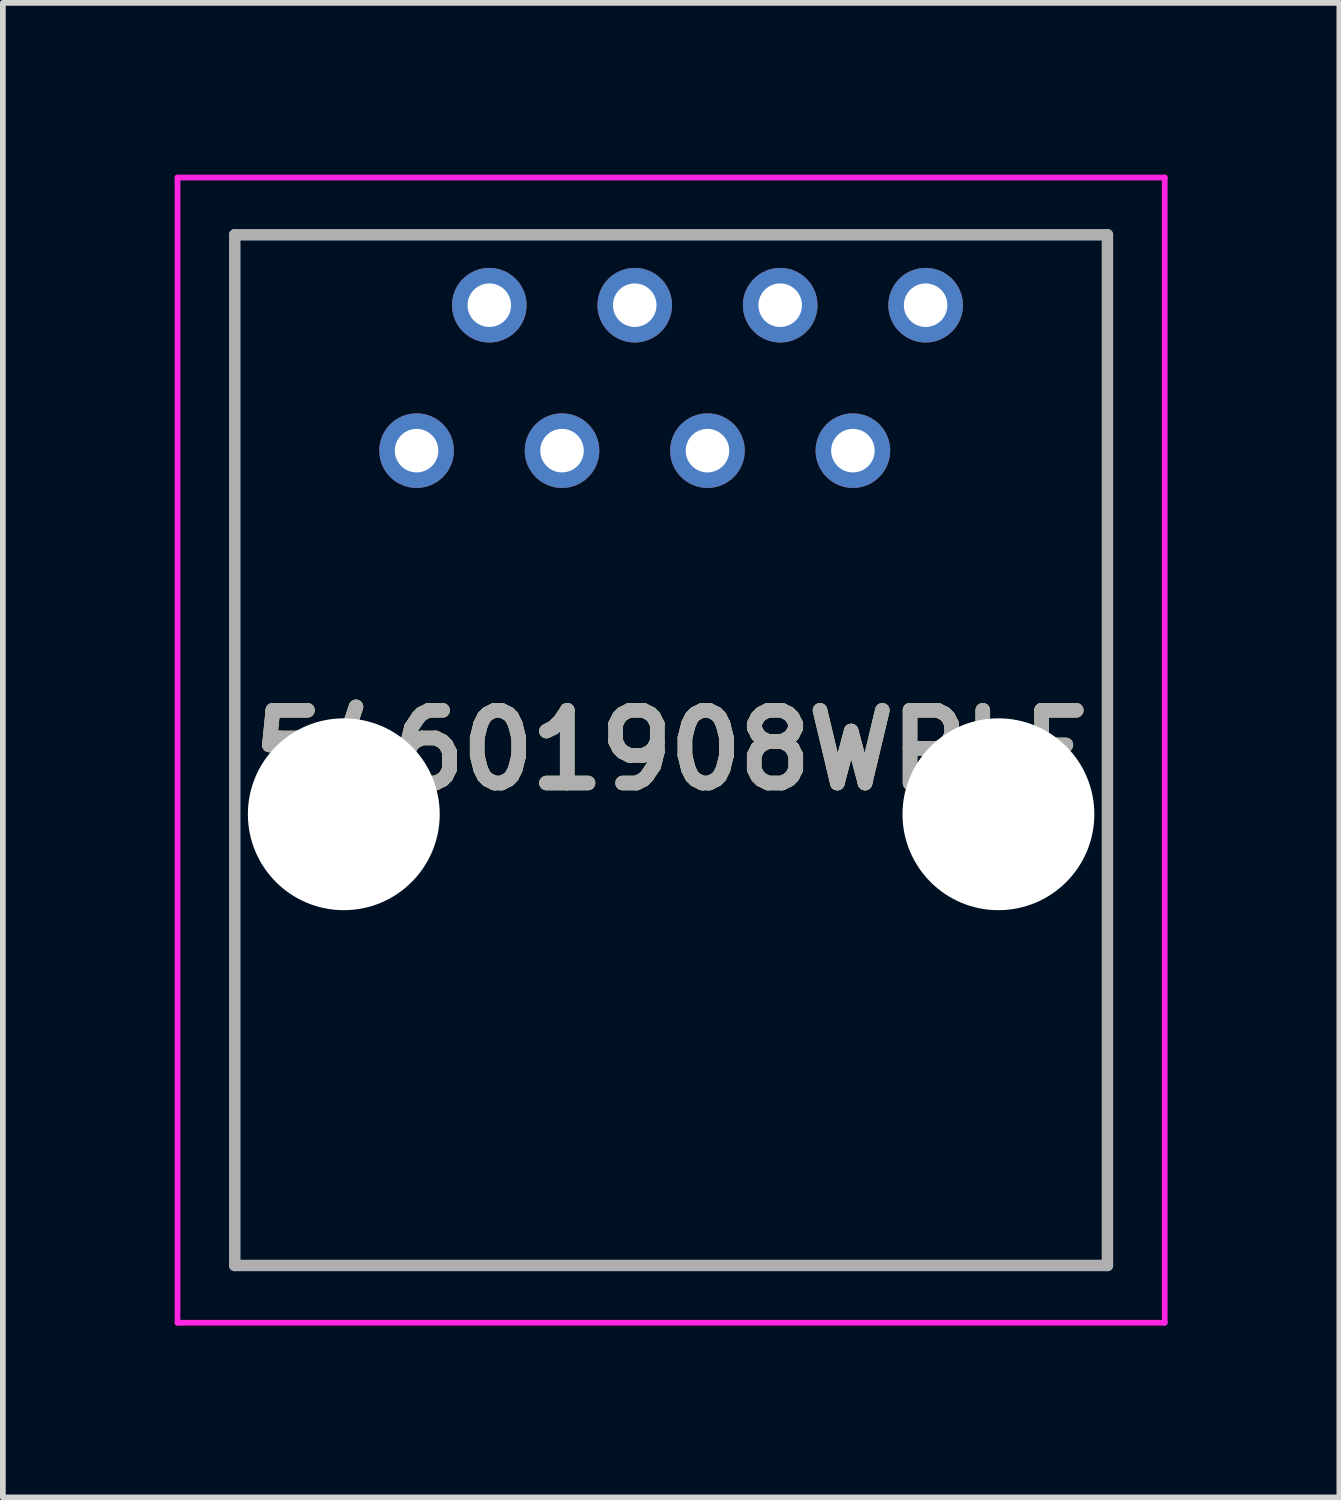
<source format=kicad_pcb>
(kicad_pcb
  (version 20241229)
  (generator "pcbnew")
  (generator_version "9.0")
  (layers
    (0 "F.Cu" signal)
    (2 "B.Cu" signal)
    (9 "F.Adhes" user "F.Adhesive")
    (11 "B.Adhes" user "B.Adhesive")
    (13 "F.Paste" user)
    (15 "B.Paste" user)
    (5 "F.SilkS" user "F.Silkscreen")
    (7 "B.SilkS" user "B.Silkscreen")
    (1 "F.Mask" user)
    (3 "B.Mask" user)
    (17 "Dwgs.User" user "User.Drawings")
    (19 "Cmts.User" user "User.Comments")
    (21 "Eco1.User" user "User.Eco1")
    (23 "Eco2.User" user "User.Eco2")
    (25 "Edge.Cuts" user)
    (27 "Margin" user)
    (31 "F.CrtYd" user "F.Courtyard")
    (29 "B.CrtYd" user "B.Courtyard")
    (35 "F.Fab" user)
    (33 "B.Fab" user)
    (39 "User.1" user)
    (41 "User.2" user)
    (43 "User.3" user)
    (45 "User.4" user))
  (footprint "54601908WPLF"
    (layer "F.Cu")
    (at 4.225 4.82)
    (property "Reference" "54601908WPLF" (at 4.445 5.23 0) (layer "F.SilkS") (effects (font (size 1.27 1.27) (thickness 0.254))))
    (attr through_hole)
    (fp_line (start -3.175 -3.77) (end 12.065 -3.77) (stroke (width 0.1) (type solid)) (layer "F.SilkS"))
    (fp_line (start -3.175 4.73) (end -3.175 -3.77) (stroke (width 0.1) (type solid)) (layer "F.SilkS"))
    (fp_line (start 12.065 -3.77) (end 12.065 4.73) (stroke (width 0.1) (type solid)) (layer "F.SilkS"))
    (fp_line (start -4.175 -4.77) (end 13.065 -4.77) (stroke (width 0.1) (type solid)) (layer "F.CrtYd"))
    (fp_line (start -4.175 15.23) (end -4.175 -4.77) (stroke (width 0.1) (type solid)) (layer "F.CrtYd"))
    (fp_line (start 13.065 -4.77) (end 13.065 15.23) (stroke (width 0.1) (type solid)) (layer "F.CrtYd"))
    (fp_line (start 13.065 15.23) (end -4.175 15.23) (stroke (width 0.1) (type solid)) (layer "F.CrtYd"))
    (fp_line (start -3.175 -3.77) (end 12.065 -3.77) (stroke (width 0.2) (type solid)) (layer "F.Fab"))
    (fp_line (start -3.175 14.23) (end -3.175 -3.77) (stroke (width 0.2) (type solid)) (layer "F.Fab"))
    (fp_line (start 12.065 -3.77) (end 12.065 14.23) (stroke (width 0.2) (type solid)) (layer "F.Fab"))
    (fp_line (start 12.065 14.23) (end -3.175 14.23) (stroke (width 0.2) (type solid)) (layer "F.Fab"))
    (fp_text user "${REFERENCE}" (at 4.445 5.23 0) (layer "F.Fab") (effects (font (size 1.27 1.27) (thickness 0.254))))
    (pad "" np_thru_hole circle (at -1.271 6.35) (size 3.35 3.35) (drill 3.35) (layers "*.Cu" "*.Mask"))
    (pad "" np_thru_hole circle (at 10.161 6.35) (size 3.35 3.35) (drill 3.35) (layers "*.Cu" "*.Mask"))
    (pad "1" thru_hole circle (at 0 0) (size 1.303 1.303) (drill 0.76) (layers "*.Cu" "*.Mask"))
    (pad "2" thru_hole circle (at 1.27 -2.54) (size 1.303 1.303) (drill 0.76) (layers "*.Cu" "*.Mask"))
    (pad "3" thru_hole circle (at 2.54 0) (size 1.303 1.303) (drill 0.76) (layers "*.Cu" "*.Mask"))
    (pad "4" thru_hole circle (at 3.81 -2.54) (size 1.303 1.303) (drill 0.76) (layers "*.Cu" "*.Mask"))
    (pad "5" thru_hole circle (at 5.08 0) (size 1.303 1.303) (drill 0.76) (layers "*.Cu" "*.Mask"))
    (pad "6" thru_hole circle (at 6.35 -2.54) (size 1.303 1.303) (drill 0.76) (layers "*.Cu" "*.Mask"))
    (pad "7" thru_hole circle (at 7.62 0) (size 1.303 1.303) (drill 0.76) (layers "*.Cu" "*.Mask"))
    (pad "8" thru_hole circle (at 8.89 -2.54) (size 1.303 1.303) (drill 0.76) (layers "*.Cu" "*.Mask")))
  (gr_rect
    (start -3 -3)
    (end 20.34 23.1)
    (stroke (width 0.1) (type default))
    (fill no)
    (layer "Edge.Cuts")))
</source>
